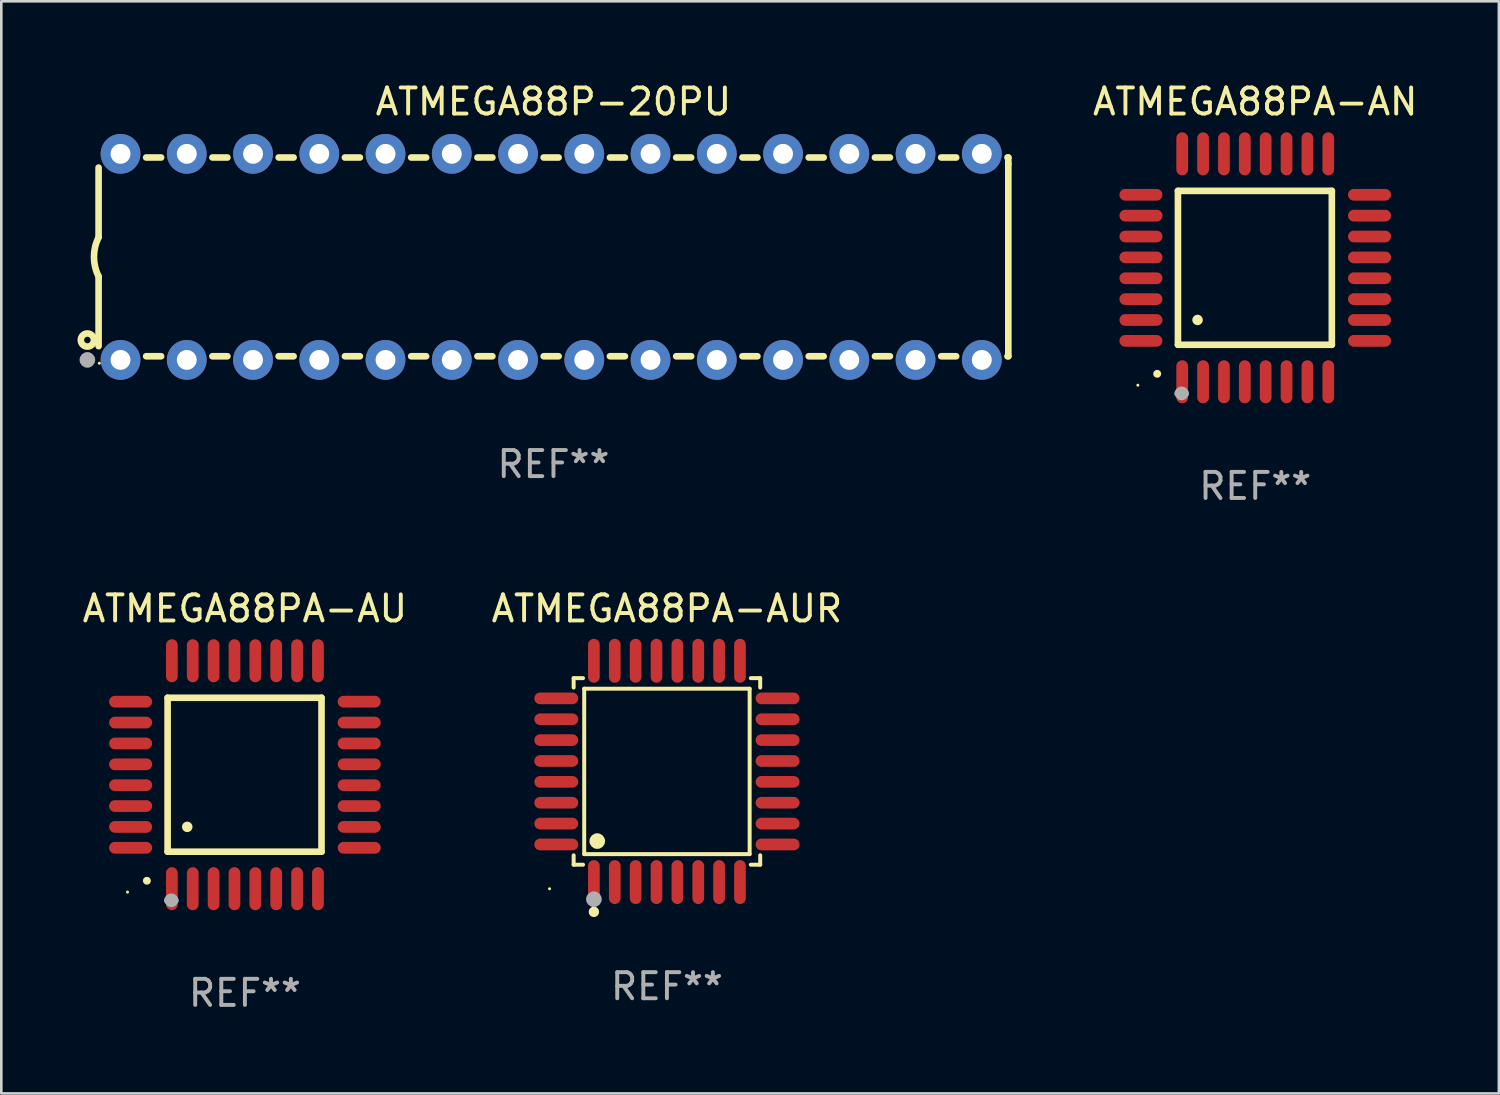
<source format=kicad_pcb>
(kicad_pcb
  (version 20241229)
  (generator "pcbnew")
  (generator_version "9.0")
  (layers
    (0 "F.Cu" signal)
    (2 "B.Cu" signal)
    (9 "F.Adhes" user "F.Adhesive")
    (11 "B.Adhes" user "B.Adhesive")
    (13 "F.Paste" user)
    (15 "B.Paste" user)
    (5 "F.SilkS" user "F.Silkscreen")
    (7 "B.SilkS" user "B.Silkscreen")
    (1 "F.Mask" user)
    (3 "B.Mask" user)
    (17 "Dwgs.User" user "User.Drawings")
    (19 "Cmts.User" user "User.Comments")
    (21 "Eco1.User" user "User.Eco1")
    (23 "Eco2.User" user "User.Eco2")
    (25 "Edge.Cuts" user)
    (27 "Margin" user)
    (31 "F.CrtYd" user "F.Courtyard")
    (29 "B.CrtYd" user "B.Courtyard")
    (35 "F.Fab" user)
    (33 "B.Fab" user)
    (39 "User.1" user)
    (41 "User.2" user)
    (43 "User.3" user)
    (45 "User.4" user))
  (footprint "ATMEGA88P-20PU"
    (layer "F.Cu")
    (at 18.168 6.798)
    (property "Reference" "ATMEGA88P-20PU" (at 0 -5.95 0) (layer "F.SilkS") (effects (font (size 1 1) (thickness 0.15))))
    (attr through_hole)
    (fp_line (start -17.438 0.75) (end -17.438 3.423) (stroke (width 0.254) (type solid)) (layer "F.SilkS"))
    (fp_line (start -17.438 -3.423) (end -17.438 -0.75) (stroke (width 0.254) (type solid)) (layer "F.SilkS"))
    (fp_line (start -15.615 3.81) (end -15.041 3.81) (stroke (width 0.254) (type solid)) (layer "F.SilkS"))
    (fp_line (start -15.041 -3.81) (end -15.614 -3.81) (stroke (width 0.254) (type solid)) (layer "F.SilkS"))
    (fp_line (start -13.075 3.81) (end -12.501 3.81) (stroke (width 0.254) (type solid)) (layer "F.SilkS"))
    (fp_line (start -12.501 -3.81) (end -13.074 -3.81) (stroke (width 0.254) (type solid)) (layer "F.SilkS"))
    (fp_line (start -10.535 3.81) (end -9.961 3.81) (stroke (width 0.254) (type solid)) (layer "F.SilkS"))
    (fp_line (start -9.961 -3.81) (end -10.534 -3.81) (stroke (width 0.254) (type solid)) (layer "F.SilkS"))
    (fp_line (start -7.995 3.81) (end -7.421 3.81) (stroke (width 0.254) (type solid)) (layer "F.SilkS"))
    (fp_line (start -7.421 -3.81) (end -7.995 -3.81) (stroke (width 0.254) (type solid)) (layer "F.SilkS"))
    (fp_line (start -5.455 3.81) (end -4.881 3.81) (stroke (width 0.254) (type solid)) (layer "F.SilkS"))
    (fp_line (start -4.881 -3.81) (end -5.455 -3.81) (stroke (width 0.254) (type solid)) (layer "F.SilkS"))
    (fp_line (start -2.915 3.81) (end -2.341 3.81) (stroke (width 0.254) (type solid)) (layer "F.SilkS"))
    (fp_line (start -2.341 -3.81) (end -2.915 -3.81) (stroke (width 0.254) (type solid)) (layer "F.SilkS"))
    (fp_line (start -0.375 3.81) (end 0.199 3.81) (stroke (width 0.254) (type solid)) (layer "F.SilkS"))
    (fp_line (start 0.199 -3.81) (end -0.375 -3.81) (stroke (width 0.254) (type solid)) (layer "F.SilkS"))
    (fp_line (start 2.165 3.81) (end 2.739 3.81) (stroke (width 0.254) (type solid)) (layer "F.SilkS"))
    (fp_line (start 2.739 -3.81) (end 2.165 -3.81) (stroke (width 0.254) (type solid)) (layer "F.SilkS"))
    (fp_line (start 4.705 3.81) (end 5.279 3.81) (stroke (width 0.254) (type solid)) (layer "F.SilkS"))
    (fp_line (start 5.279 -3.81) (end 4.705 -3.81) (stroke (width 0.254) (type solid)) (layer "F.SilkS"))
    (fp_line (start 7.245 3.81) (end 7.819 3.81) (stroke (width 0.254) (type solid)) (layer "F.SilkS"))
    (fp_line (start 7.819 -3.81) (end 7.245 -3.81) (stroke (width 0.254) (type solid)) (layer "F.SilkS"))
    (fp_line (start 9.785 3.81) (end 10.359 3.81) (stroke (width 0.254) (type solid)) (layer "F.SilkS"))
    (fp_line (start 10.359 -3.81) (end 9.785 -3.81) (stroke (width 0.254) (type solid)) (layer "F.SilkS"))
    (fp_line (start 12.325 3.81) (end 12.899 3.81) (stroke (width 0.254) (type solid)) (layer "F.SilkS"))
    (fp_line (start 12.899 -3.81) (end 12.325 -3.81) (stroke (width 0.254) (type solid)) (layer "F.SilkS"))
    (fp_line (start 14.865 3.81) (end 15.439 3.81) (stroke (width 0.254) (type solid)) (layer "F.SilkS"))
    (fp_line (start 15.439 -3.81) (end 14.865 -3.81) (stroke (width 0.254) (type solid)) (layer "F.SilkS"))
    (fp_line (start 17.405 3.81) (end 17.438 3.81) (stroke (width 0.254) (type solid)) (layer "F.SilkS"))
    (fp_line (start 17.438 -3.81) (end 17.405 -3.81) (stroke (width 0.254) (type solid)) (layer "F.SilkS"))
    (fp_line (start 17.438 -3.556) (end 17.438 -3.81) (stroke (width 0.254) (type solid)) (layer "F.SilkS"))
    (fp_line (start 17.438 3.81) (end 17.438 -3.556) (stroke (width 0.254) (type solid)) (layer "F.SilkS"))
    (fp_arc (start -17.437986 0.749657) (mid -17.614887 -0.000024) (end -17.437783 -0.749657) (stroke (width 0.254001) (type solid)) (layer "F.SilkS"))
    (fp_circle (center -17.868 3.188) (end -17.743 3.188) (stroke (width 0.254) (type solid)) (fill no) (layer "F.SilkS"))
    (fp_circle (center -17.411 4.077) (end -17.381 4.077) (stroke (width 0.06) (type solid)) (fill no) (layer "F.SilkS"))
    (fp_circle (center -17.868 3.95) (end -17.718 3.95) (stroke (width 0.3) (type solid)) (fill no) (layer "F.Fab"))
    (fp_text user "REF**" (at 0 7.95 0) (layer "F.Fab") (effects (font (size 1 1) (thickness 0.15))))
    (pad "1" thru_hole circle (at -16.598 3.95) (size 1.524 1.524) (drill 0.762) (layers "*.Cu" "*.Mask"))
    (pad "2" thru_hole circle (at -14.058 3.95) (size 1.524 1.524) (drill 0.762) (layers "*.Cu" "*.Mask"))
    (pad "3" thru_hole circle (at -11.518 3.95) (size 1.524 1.524) (drill 0.762) (layers "*.Cu" "*.Mask"))
    (pad "4" thru_hole circle (at -8.978 3.95) (size 1.524 1.524) (drill 0.762) (layers "*.Cu" "*.Mask"))
    (pad "5" thru_hole circle (at -6.438 3.95) (size 1.524 1.524) (drill 0.762) (layers "*.Cu" "*.Mask"))
    (pad "6" thru_hole circle (at -3.898 3.95) (size 1.524 1.524) (drill 0.762) (layers "*.Cu" "*.Mask"))
    (pad "7" thru_hole circle (at -1.358 3.95) (size 1.524 1.524) (drill 0.762) (layers "*.Cu" "*.Mask"))
    (pad "8" thru_hole circle (at 1.182 3.95) (size 1.524 1.524) (drill 0.762) (layers "*.Cu" "*.Mask"))
    (pad "9" thru_hole circle (at 3.722 3.95) (size 1.524 1.524) (drill 0.762) (layers "*.Cu" "*.Mask"))
    (pad "10" thru_hole circle (at 6.262 3.95) (size 1.524 1.524) (drill 0.762) (layers "*.Cu" "*.Mask"))
    (pad "11" thru_hole circle (at 8.802 3.95) (size 1.524 1.524) (drill 0.762) (layers "*.Cu" "*.Mask"))
    (pad "12" thru_hole circle (at 11.342 3.95) (size 1.524 1.524) (drill 0.762) (layers "*.Cu" "*.Mask"))
    (pad "13" thru_hole circle (at 13.882 3.95) (size 1.524 1.524) (drill 0.762) (layers "*.Cu" "*.Mask"))
    (pad "14" thru_hole circle (at 16.422 3.95) (size 1.524 1.524) (drill 0.762) (layers "*.Cu" "*.Mask"))
    (pad "15" thru_hole circle (at 16.422 -3.95) (size 1.524 1.524) (drill 0.762) (layers "*.Cu" "*.Mask"))
    (pad "16" thru_hole circle (at 13.882 -3.95) (size 1.524 1.524) (drill 0.762) (layers "*.Cu" "*.Mask"))
    (pad "17" thru_hole circle (at 11.342 -3.95) (size 1.524 1.524) (drill 0.762) (layers "*.Cu" "*.Mask"))
    (pad "18" thru_hole circle (at 8.802 -3.95) (size 1.524 1.524) (drill 0.762) (layers "*.Cu" "*.Mask"))
    (pad "19" thru_hole circle (at 6.262 -3.95) (size 1.524 1.524) (drill 0.762) (layers "*.Cu" "*.Mask"))
    (pad "20" thru_hole circle (at 3.722 -3.95) (size 1.524 1.524) (drill 0.762) (layers "*.Cu" "*.Mask"))
    (pad "21" thru_hole circle (at 1.182 -3.95) (size 1.524 1.524) (drill 0.762) (layers "*.Cu" "*.Mask"))
    (pad "22" thru_hole circle (at -1.358 -3.95) (size 1.524 1.524) (drill 0.762) (layers "*.Cu" "*.Mask"))
    (pad "23" thru_hole circle (at -3.898 -3.95) (size 1.524 1.524) (drill 0.762) (layers "*.Cu" "*.Mask"))
    (pad "24" thru_hole circle (at -6.438 -3.95) (size 1.524 1.524) (drill 0.762) (layers "*.Cu" "*.Mask"))
    (pad "25" thru_hole circle (at -8.978 -3.95) (size 1.524 1.524) (drill 0.762) (layers "*.Cu" "*.Mask"))
    (pad "26" thru_hole circle (at -11.517 -3.95) (size 1.524 1.524) (drill 0.762) (layers "*.Cu" "*.Mask"))
    (pad "27" thru_hole circle (at -14.057 -3.95) (size 1.524 1.524) (drill 0.762) (layers "*.Cu" "*.Mask"))
    (pad "28" thru_hole circle (at -16.597 -3.95) (size 1.524 1.524) (drill 0.762) (layers "*.Cu" "*.Mask")))
  (footprint "ATMEGA88PA-AUR"
    (layer "F.Cu")
    (at 22.518 26.524)
    (property "Reference" "ATMEGA88PA-AUR" (at 0 -6.242 0) (layer "F.SilkS") (effects (font (size 1 1) (thickness 0.15))))
    (attr through_hole)
    (fp_line (start -3.576 -3.576) (end -3.215 -3.576) (stroke (width 0.152) (type solid)) (layer "F.SilkS"))
    (fp_line (start -3.576 -3.215) (end -3.576 -3.576) (stroke (width 0.152) (type solid)) (layer "F.SilkS"))
    (fp_line (start -3.576 3.215) (end -3.576 3.576) (stroke (width 0.152) (type solid)) (layer "F.SilkS"))
    (fp_line (start -3.576 3.576) (end -3.215 3.576) (stroke (width 0.152) (type solid)) (layer "F.SilkS"))
    (fp_line (start -3.171 -3.171) (end 3.171 -3.171) (stroke (width 0.152) (type solid)) (layer "F.SilkS"))
    (fp_line (start -3.171 3.171) (end -3.171 -3.171) (stroke (width 0.152) (type solid)) (layer "F.SilkS"))
    (fp_line (start 3.171 -3.171) (end 3.171 3.171) (stroke (width 0.152) (type solid)) (layer "F.SilkS"))
    (fp_line (start 3.171 3.171) (end -3.171 3.171) (stroke (width 0.152) (type solid)) (layer "F.SilkS"))
    (fp_line (start 3.576 -3.576) (end 3.215 -3.576) (stroke (width 0.152) (type solid)) (layer "F.SilkS"))
    (fp_line (start 3.576 -3.215) (end 3.576 -3.576) (stroke (width 0.152) (type solid)) (layer "F.SilkS"))
    (fp_line (start 3.576 3.215) (end 3.576 3.576) (stroke (width 0.152) (type solid)) (layer "F.SilkS"))
    (fp_line (start 3.576 3.576) (end 3.215 3.576) (stroke (width 0.152) (type solid)) (layer "F.SilkS"))
    (fp_circle (center -4.5 4.5) (end -4.47 4.5) (stroke (width 0.06) (type solid)) (fill no) (layer "F.SilkS"))
    (fp_circle (center -2.8 5.384) (end -2.7 5.384) (stroke (width 0.2) (type solid)) (fill no) (layer "F.SilkS"))
    (fp_circle (center -2.671 2.671) (end -2.521 2.671) (stroke (width 0.3) (type solid)) (fill no) (layer "F.SilkS"))
    (fp_circle (center -2.8 4.9) (end -2.65 4.9) (stroke (width 0.3) (type solid)) (fill no) (layer "F.Fab"))
    (fp_text user "REF**" (at 0 8.242 0) (layer "F.Fab") (effects (font (size 1 1) (thickness 0.15))))
    (pad "1" smd oval (at -2.8 4.242) (size 0.448 1.684) (layers "F.Cu" "F.Mask" "F.Paste"))
    (pad "2" smd oval (at -2 4.242) (size 0.448 1.684) (layers "F.Cu" "F.Mask" "F.Paste"))
    (pad "3" smd oval (at -1.2 4.242) (size 0.448 1.684) (layers "F.Cu" "F.Mask" "F.Paste"))
    (pad "4" smd oval (at -0.4 4.242) (size 0.448 1.684) (layers "F.Cu" "F.Mask" "F.Paste"))
    (pad "5" smd oval (at 0.4 4.242) (size 0.448 1.684) (layers "F.Cu" "F.Mask" "F.Paste"))
    (pad "6" smd oval (at 1.2 4.242) (size 0.448 1.684) (layers "F.Cu" "F.Mask" "F.Paste"))
    (pad "7" smd oval (at 2 4.242) (size 0.448 1.684) (layers "F.Cu" "F.Mask" "F.Paste"))
    (pad "8" smd oval (at 2.8 4.242) (size 0.448 1.684) (layers "F.Cu" "F.Mask" "F.Paste"))
    (pad "9" smd oval (at 4.242 2.8) (size 1.684 0.448) (layers "F.Cu" "F.Mask" "F.Paste"))
    (pad "10" smd oval (at 4.242 2) (size 1.684 0.448) (layers "F.Cu" "F.Mask" "F.Paste"))
    (pad "11" smd oval (at 4.242 1.2) (size 1.684 0.448) (layers "F.Cu" "F.Mask" "F.Paste"))
    (pad "12" smd oval (at 4.242 0.4) (size 1.684 0.448) (layers "F.Cu" "F.Mask" "F.Paste"))
    (pad "13" smd oval (at 4.242 -0.4) (size 1.684 0.448) (layers "F.Cu" "F.Mask" "F.Paste"))
    (pad "14" smd oval (at 4.242 -1.2) (size 1.684 0.448) (layers "F.Cu" "F.Mask" "F.Paste"))
    (pad "15" smd oval (at 4.242 -2) (size 1.684 0.448) (layers "F.Cu" "F.Mask" "F.Paste"))
    (pad "16" smd oval (at 4.242 -2.8) (size 1.684 0.448) (layers "F.Cu" "F.Mask" "F.Paste"))
    (pad "17" smd oval (at 2.8 -4.242) (size 0.448 1.684) (layers "F.Cu" "F.Mask" "F.Paste"))
    (pad "18" smd oval (at 2 -4.242) (size 0.448 1.684) (layers "F.Cu" "F.Mask" "F.Paste"))
    (pad "19" smd oval (at 1.2 -4.242) (size 0.448 1.684) (layers "F.Cu" "F.Mask" "F.Paste"))
    (pad "20" smd oval (at 0.4 -4.242) (size 0.448 1.684) (layers "F.Cu" "F.Mask" "F.Paste"))
    (pad "21" smd oval (at -0.4 -4.242) (size 0.448 1.684) (layers "F.Cu" "F.Mask" "F.Paste"))
    (pad "22" smd oval (at -1.2 -4.242) (size 0.448 1.684) (layers "F.Cu" "F.Mask" "F.Paste"))
    (pad "23" smd oval (at -2 -4.242) (size 0.448 1.684) (layers "F.Cu" "F.Mask" "F.Paste"))
    (pad "24" smd oval (at -2.8 -4.242) (size 0.448 1.684) (layers "F.Cu" "F.Mask" "F.Paste"))
    (pad "25" smd oval (at -4.242 -2.8) (size 1.684 0.448) (layers "F.Cu" "F.Mask" "F.Paste"))
    (pad "26" smd oval (at -4.242 -2) (size 1.684 0.448) (layers "F.Cu" "F.Mask" "F.Paste"))
    (pad "27" smd oval (at -4.242 -1.2) (size 1.684 0.448) (layers "F.Cu" "F.Mask" "F.Paste"))
    (pad "28" smd oval (at -4.242 -0.4) (size 1.684 0.448) (layers "F.Cu" "F.Mask" "F.Paste"))
    (pad "29" smd oval (at -4.242 0.4) (size 1.684 0.448) (layers "F.Cu" "F.Mask" "F.Paste"))
    (pad "30" smd oval (at -4.242 1.2) (size 1.684 0.448) (layers "F.Cu" "F.Mask" "F.Paste"))
    (pad "31" smd oval (at -4.242 2) (size 1.684 0.448) (layers "F.Cu" "F.Mask" "F.Paste"))
    (pad "32" smd oval (at -4.242 2.8) (size 1.684 0.448) (layers "F.Cu" "F.Mask" "F.Paste")))
  (footprint "ATMEGA88PA-AU"
    (layer "F.Cu")
    (at 6.339 26.651)
    (property "Reference" "ATMEGA88PA-AU" (at 0 -6.369 0) (layer "F.SilkS") (effects (font (size 1 1) (thickness 0.15))))
    (attr through_hole)
    (fp_line (start -2.963 -2.95) (end -2.963 2.95) (stroke (width 0.254) (type solid)) (layer "F.SilkS"))
    (fp_line (start -2.963 2.95) (end 2.937 2.95) (stroke (width 0.254) (type solid)) (layer "F.SilkS"))
    (fp_line (start 2.937 -2.95) (end -2.963 -2.95) (stroke (width 0.254) (type solid)) (layer "F.SilkS"))
    (fp_line (start 2.937 2.95) (end 2.937 -2.95) (stroke (width 0.254) (type solid)) (layer "F.SilkS"))
    (fp_arc (start -3.759208 4.064008) (mid -3.757938 4.064003) (end -3.756668 4.064008) (stroke (width 0.3) (type solid)) (layer "F.SilkS"))
    (fp_arc (start -2.212344 1.998984) (mid -2.211074 1.99898) (end -2.209804 1.998984) (stroke (width 0.4) (type solid)) (layer "F.SilkS"))
    (fp_circle (center -4.5 4.5) (end -4.47 4.5) (stroke (width 0.06) (type solid)) (fill no) (layer "F.SilkS"))
    (fp_arc (start -2.967489 4.82601) (mid -2.819406 4.677927) (end -2.671323 4.82601) (stroke (width 0.254001) (type solid)) (layer "F.Fab"))
    (fp_arc (start -2.967488 4.82601) (mid -2.819406 4.791053) (end -2.671324 4.82601) (stroke (width 0.254001) (type solid)) (layer "F.Fab"))
    (fp_circle (center -2.819 4.826) (end -2.692 4.826) (stroke (width 0.254) (type solid)) (fill no) (layer "F.Fab"))
    (fp_text user "REF**" (at 0 8.369 0) (layer "F.Fab") (effects (font (size 1 1) (thickness 0.15))))
    (pad "1" smd oval (at -2.8 4.369) (size 0.45 1.65) (layers "F.Cu" "F.Mask" "F.Paste"))
    (pad "2" smd oval (at -2 4.369) (size 0.45 1.65) (layers "F.Cu" "F.Mask" "F.Paste"))
    (pad "3" smd oval (at -1.2 4.369) (size 0.45 1.65) (layers "F.Cu" "F.Mask" "F.Paste"))
    (pad "4" smd oval (at -0.4 4.369) (size 0.45 1.65) (layers "F.Cu" "F.Mask" "F.Paste"))
    (pad "5" smd oval (at 0.4 4.369) (size 0.45 1.65) (layers "F.Cu" "F.Mask" "F.Paste"))
    (pad "6" smd oval (at 1.2 4.369) (size 0.45 1.65) (layers "F.Cu" "F.Mask" "F.Paste"))
    (pad "7" smd oval (at 2 4.369) (size 0.45 1.65) (layers "F.Cu" "F.Mask" "F.Paste"))
    (pad "8" smd oval (at 2.8 4.369) (size 0.45 1.65) (layers "F.Cu" "F.Mask" "F.Paste"))
    (pad "9" smd oval (at 4.382 2.8) (size 1.65 0.45) (layers "F.Cu" "F.Mask" "F.Paste"))
    (pad "10" smd oval (at 4.382 2) (size 1.65 0.45) (layers "F.Cu" "F.Mask" "F.Paste"))
    (pad "11" smd oval (at 4.382 1.2) (size 1.65 0.45) (layers "F.Cu" "F.Mask" "F.Paste"))
    (pad "12" smd oval (at 4.382 0.4) (size 1.65 0.45) (layers "F.Cu" "F.Mask" "F.Paste"))
    (pad "13" smd oval (at 4.382 -0.4) (size 1.65 0.45) (layers "F.Cu" "F.Mask" "F.Paste"))
    (pad "14" smd oval (at 4.382 -1.2) (size 1.65 0.45) (layers "F.Cu" "F.Mask" "F.Paste"))
    (pad "15" smd oval (at 4.382 -2) (size 1.65 0.45) (layers "F.Cu" "F.Mask" "F.Paste"))
    (pad "16" smd oval (at 4.382 -2.8) (size 1.65 0.45) (layers "F.Cu" "F.Mask" "F.Paste"))
    (pad "17" smd oval (at 2.8 -4.369) (size 0.45 1.65) (layers "F.Cu" "F.Mask" "F.Paste"))
    (pad "18" smd oval (at 2 -4.369) (size 0.45 1.65) (layers "F.Cu" "F.Mask" "F.Paste"))
    (pad "19" smd oval (at 1.2 -4.369) (size 0.45 1.65) (layers "F.Cu" "F.Mask" "F.Paste"))
    (pad "20" smd oval (at 0.4 -4.369) (size 0.45 1.65) (layers "F.Cu" "F.Mask" "F.Paste"))
    (pad "21" smd oval (at -0.4 -4.369) (size 0.45 1.65) (layers "F.Cu" "F.Mask" "F.Paste"))
    (pad "22" smd oval (at -1.2 -4.369) (size 0.45 1.65) (layers "F.Cu" "F.Mask" "F.Paste"))
    (pad "23" smd oval (at -2 -4.369) (size 0.45 1.65) (layers "F.Cu" "F.Mask" "F.Paste"))
    (pad "24" smd oval (at -2.8 -4.369) (size 0.45 1.65) (layers "F.Cu" "F.Mask" "F.Paste"))
    (pad "25" smd oval (at -4.382 -2.8) (size 1.65 0.45) (layers "F.Cu" "F.Mask" "F.Paste"))
    (pad "26" smd oval (at -4.382 -2) (size 1.65 0.45) (layers "F.Cu" "F.Mask" "F.Paste"))
    (pad "27" smd oval (at -4.382 -1.2) (size 1.65 0.45) (layers "F.Cu" "F.Mask" "F.Paste"))
    (pad "28" smd oval (at -4.382 -0.4) (size 1.65 0.45) (layers "F.Cu" "F.Mask" "F.Paste"))
    (pad "29" smd oval (at -4.382 0.4) (size 1.65 0.45) (layers "F.Cu" "F.Mask" "F.Paste"))
    (pad "30" smd oval (at -4.382 1.2) (size 1.65 0.45) (layers "F.Cu" "F.Mask" "F.Paste"))
    (pad "31" smd oval (at -4.382 2) (size 1.65 0.45) (layers "F.Cu" "F.Mask" "F.Paste"))
    (pad "32" smd oval (at -4.382 2.8) (size 1.65 0.45) (layers "F.Cu" "F.Mask" "F.Paste")))
  (footprint "ATMEGA88PA-AN"
    (layer "F.Cu")
    (at 45.072 7.217)
    (property "Reference" "ATMEGA88PA-AN" (at 0 -6.369 0) (layer "F.SilkS") (effects (font (size 1 1) (thickness 0.15))))
    (attr through_hole)
    (fp_line (start -2.963 -2.95) (end -2.963 2.95) (stroke (width 0.254) (type solid)) (layer "F.SilkS"))
    (fp_line (start -2.963 2.95) (end 2.937 2.95) (stroke (width 0.254) (type solid)) (layer "F.SilkS"))
    (fp_line (start 2.937 -2.95) (end -2.963 -2.95) (stroke (width 0.254) (type solid)) (layer "F.SilkS"))
    (fp_line (start 2.937 2.95) (end 2.937 -2.95) (stroke (width 0.254) (type solid)) (layer "F.SilkS"))
    (fp_arc (start -3.759208 4.064008) (mid -3.757938 4.064003) (end -3.756668 4.064008) (stroke (width 0.3) (type solid)) (layer "F.SilkS"))
    (fp_arc (start -2.212344 1.998984) (mid -2.211074 1.99898) (end -2.209804 1.998984) (stroke (width 0.4) (type solid)) (layer "F.SilkS"))
    (fp_circle (center -4.5 4.5) (end -4.47 4.5) (stroke (width 0.06) (type solid)) (fill no) (layer "F.SilkS"))
    (fp_arc (start -2.967489 4.82601) (mid -2.819406 4.677927) (end -2.671323 4.82601) (stroke (width 0.254001) (type solid)) (layer "F.Fab"))
    (fp_arc (start -2.967488 4.82601) (mid -2.819406 4.791053) (end -2.671324 4.82601) (stroke (width 0.254001) (type solid)) (layer "F.Fab"))
    (fp_circle (center -2.819 4.826) (end -2.692 4.826) (stroke (width 0.254) (type solid)) (fill no) (layer "F.Fab"))
    (fp_text user "REF**" (at 0 8.369 0) (layer "F.Fab") (effects (font (size 1 1) (thickness 0.15))))
    (pad "1" smd oval (at -2.8 4.369) (size 0.45 1.65) (layers "F.Cu" "F.Mask" "F.Paste"))
    (pad "2" smd oval (at -2 4.369) (size 0.45 1.65) (layers "F.Cu" "F.Mask" "F.Paste"))
    (pad "3" smd oval (at -1.2 4.369) (size 0.45 1.65) (layers "F.Cu" "F.Mask" "F.Paste"))
    (pad "4" smd oval (at -0.4 4.369) (size 0.45 1.65) (layers "F.Cu" "F.Mask" "F.Paste"))
    (pad "5" smd oval (at 0.4 4.369) (size 0.45 1.65) (layers "F.Cu" "F.Mask" "F.Paste"))
    (pad "6" smd oval (at 1.2 4.369) (size 0.45 1.65) (layers "F.Cu" "F.Mask" "F.Paste"))
    (pad "7" smd oval (at 2 4.369) (size 0.45 1.65) (layers "F.Cu" "F.Mask" "F.Paste"))
    (pad "8" smd oval (at 2.8 4.369) (size 0.45 1.65) (layers "F.Cu" "F.Mask" "F.Paste"))
    (pad "9" smd oval (at 4.382 2.8) (size 1.65 0.45) (layers "F.Cu" "F.Mask" "F.Paste"))
    (pad "10" smd oval (at 4.382 2) (size 1.65 0.45) (layers "F.Cu" "F.Mask" "F.Paste"))
    (pad "11" smd oval (at 4.382 1.2) (size 1.65 0.45) (layers "F.Cu" "F.Mask" "F.Paste"))
    (pad "12" smd oval (at 4.382 0.4) (size 1.65 0.45) (layers "F.Cu" "F.Mask" "F.Paste"))
    (pad "13" smd oval (at 4.382 -0.4) (size 1.65 0.45) (layers "F.Cu" "F.Mask" "F.Paste"))
    (pad "14" smd oval (at 4.382 -1.2) (size 1.65 0.45) (layers "F.Cu" "F.Mask" "F.Paste"))
    (pad "15" smd oval (at 4.382 -2) (size 1.65 0.45) (layers "F.Cu" "F.Mask" "F.Paste"))
    (pad "16" smd oval (at 4.382 -2.8) (size 1.65 0.45) (layers "F.Cu" "F.Mask" "F.Paste"))
    (pad "17" smd oval (at 2.8 -4.369) (size 0.45 1.65) (layers "F.Cu" "F.Mask" "F.Paste"))
    (pad "18" smd oval (at 2 -4.369) (size 0.45 1.65) (layers "F.Cu" "F.Mask" "F.Paste"))
    (pad "19" smd oval (at 1.2 -4.369) (size 0.45 1.65) (layers "F.Cu" "F.Mask" "F.Paste"))
    (pad "20" smd oval (at 0.4 -4.369) (size 0.45 1.65) (layers "F.Cu" "F.Mask" "F.Paste"))
    (pad "21" smd oval (at -0.4 -4.369) (size 0.45 1.65) (layers "F.Cu" "F.Mask" "F.Paste"))
    (pad "22" smd oval (at -1.2 -4.369) (size 0.45 1.65) (layers "F.Cu" "F.Mask" "F.Paste"))
    (pad "23" smd oval (at -2 -4.369) (size 0.45 1.65) (layers "F.Cu" "F.Mask" "F.Paste"))
    (pad "24" smd oval (at -2.8 -4.369) (size 0.45 1.65) (layers "F.Cu" "F.Mask" "F.Paste"))
    (pad "25" smd oval (at -4.382 -2.8) (size 1.65 0.45) (layers "F.Cu" "F.Mask" "F.Paste"))
    (pad "26" smd oval (at -4.382 -2) (size 1.65 0.45) (layers "F.Cu" "F.Mask" "F.Paste"))
    (pad "27" smd oval (at -4.382 -1.2) (size 1.65 0.45) (layers "F.Cu" "F.Mask" "F.Paste"))
    (pad "28" smd oval (at -4.382 -0.4) (size 1.65 0.45) (layers "F.Cu" "F.Mask" "F.Paste"))
    (pad "29" smd oval (at -4.382 0.4) (size 1.65 0.45) (layers "F.Cu" "F.Mask" "F.Paste"))
    (pad "30" smd oval (at -4.382 1.2) (size 1.65 0.45) (layers "F.Cu" "F.Mask" "F.Paste"))
    (pad "31" smd oval (at -4.382 2) (size 1.65 0.45) (layers "F.Cu" "F.Mask" "F.Paste"))
    (pad "32" smd oval (at -4.382 2.8) (size 1.65 0.45) (layers "F.Cu" "F.Mask" "F.Paste")))
  (gr_rect
    (start -3 -3)
    (end 54.412 38.868)
    (stroke (width 0.1) (type default))
    (fill no)
    (layer "Edge.Cuts")))
</source>
